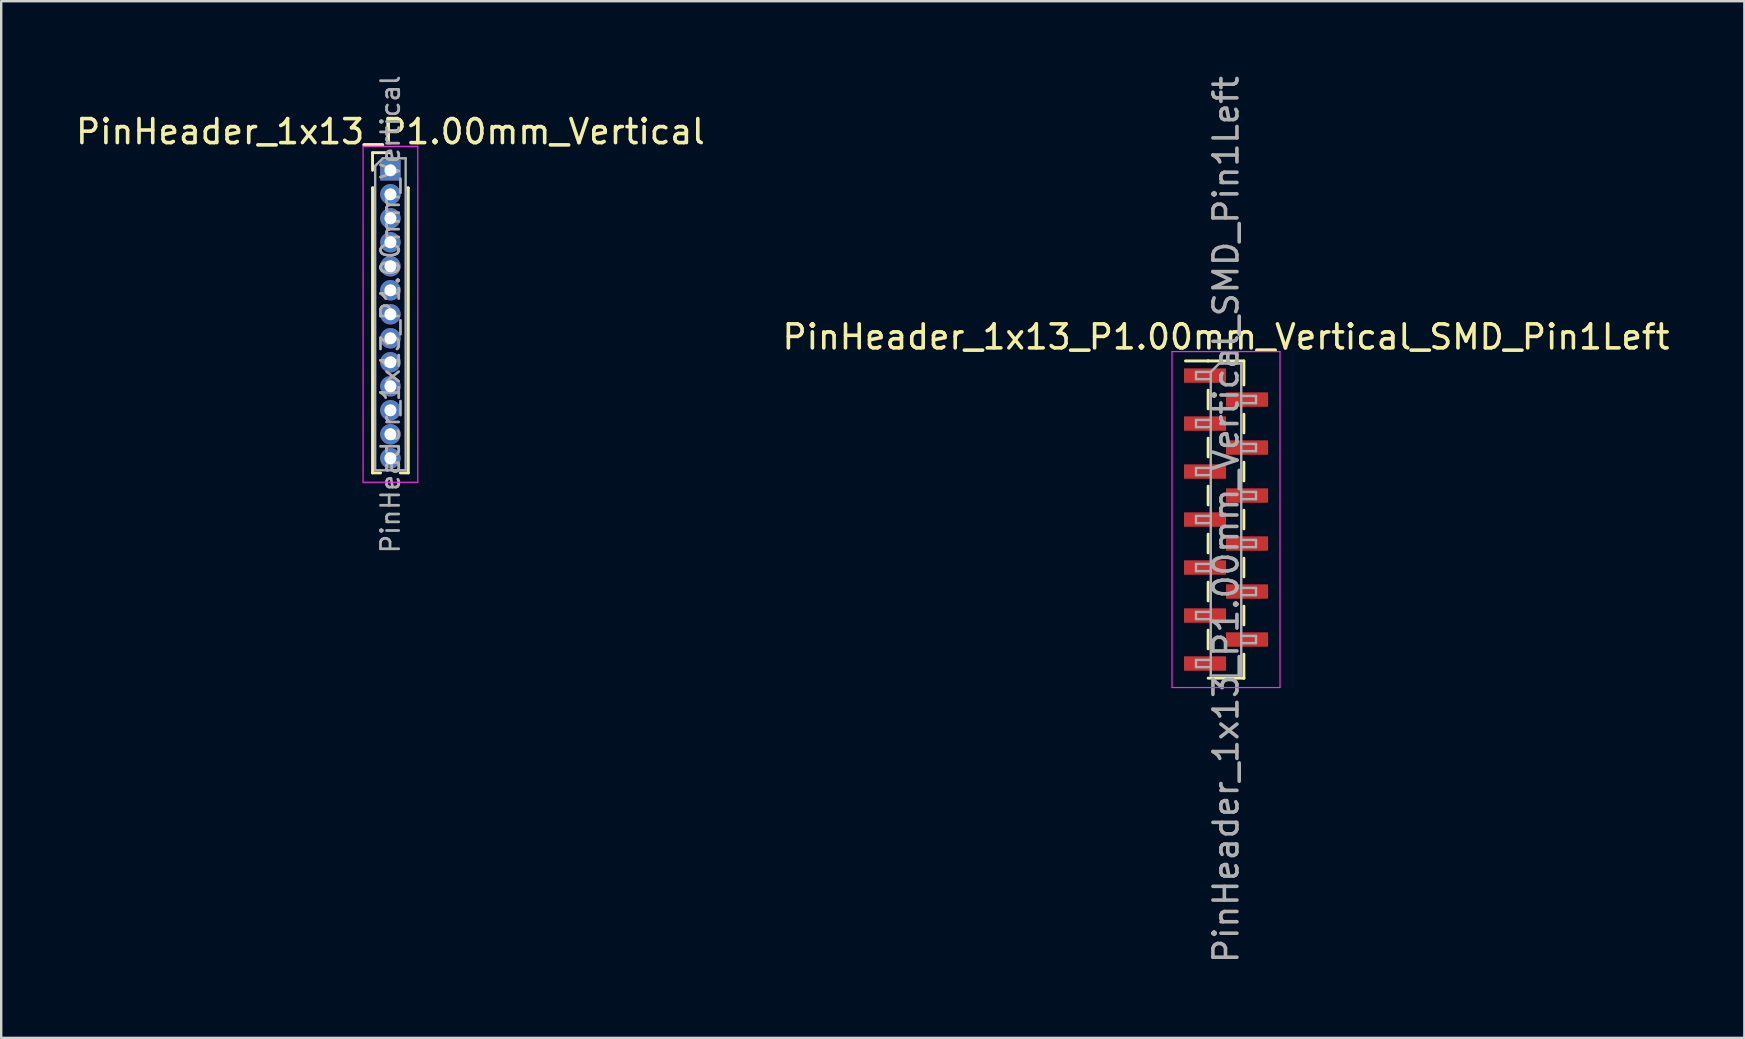
<source format=kicad_pcb>
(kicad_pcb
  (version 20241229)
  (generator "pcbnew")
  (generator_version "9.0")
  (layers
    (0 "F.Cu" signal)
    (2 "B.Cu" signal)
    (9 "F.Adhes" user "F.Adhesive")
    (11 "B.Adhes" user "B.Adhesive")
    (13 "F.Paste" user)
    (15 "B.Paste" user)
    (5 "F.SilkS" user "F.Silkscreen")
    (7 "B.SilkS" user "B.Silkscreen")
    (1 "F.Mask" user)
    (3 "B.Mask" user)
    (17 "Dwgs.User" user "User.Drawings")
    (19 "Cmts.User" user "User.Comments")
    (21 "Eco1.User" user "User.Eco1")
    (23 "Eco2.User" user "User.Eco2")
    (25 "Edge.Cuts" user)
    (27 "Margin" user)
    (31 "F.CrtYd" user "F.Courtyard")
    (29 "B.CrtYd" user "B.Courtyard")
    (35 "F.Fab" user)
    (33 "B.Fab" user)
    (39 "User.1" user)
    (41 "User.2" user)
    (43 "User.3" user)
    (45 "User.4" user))
  (footprint "PinHeader_1x13_P1.00mm_Vertical_SMD_Pin1Left"
    (layer "F.Cu")
    (at 48.042 18.601)
    (property "Reference" "PinHeader_1x13_P1.00mm_Vertical_SMD_Pin1Left" (at 0 -7.61 0) (layer "F.SilkS") (effects (font (size 1 1) (thickness 0.15))))
    (attr smd)
    (fp_line (start -0.745 -6.61) (end -1.69 -6.61) (stroke (width 0.12) (type solid)) (layer "F.SilkS"))
    (fp_line (start -0.745 -6.61) (end -0.745 -6.61) (stroke (width 0.12) (type solid)) (layer "F.SilkS"))
    (fp_line (start -0.745 -6.61) (end 0.745 -6.61) (stroke (width 0.12) (type solid)) (layer "F.SilkS"))
    (fp_line (start -0.745 -5.39) (end -0.745 -4.61) (stroke (width 0.12) (type solid)) (layer "F.SilkS"))
    (fp_line (start -0.745 -3.39) (end -0.745 -2.61) (stroke (width 0.12) (type solid)) (layer "F.SilkS"))
    (fp_line (start -0.745 -1.39) (end -0.745 -0.61) (stroke (width 0.12) (type solid)) (layer "F.SilkS"))
    (fp_line (start -0.745 0.61) (end -0.745 1.39) (stroke (width 0.12) (type solid)) (layer "F.SilkS"))
    (fp_line (start -0.745 2.61) (end -0.745 3.39) (stroke (width 0.12) (type solid)) (layer "F.SilkS"))
    (fp_line (start -0.745 4.61) (end -0.745 5.39) (stroke (width 0.12) (type solid)) (layer "F.SilkS"))
    (fp_line (start -0.745 6.61) (end 0.745 6.61) (stroke (width 0.12) (type solid)) (layer "F.SilkS"))
    (fp_line (start 0.745 -6.61) (end 0.745 -5.61) (stroke (width 0.12) (type solid)) (layer "F.SilkS"))
    (fp_line (start 0.745 -4.39) (end 0.745 -3.61) (stroke (width 0.12) (type solid)) (layer "F.SilkS"))
    (fp_line (start 0.745 -2.39) (end 0.745 -1.61) (stroke (width 0.12) (type solid)) (layer "F.SilkS"))
    (fp_line (start 0.745 -0.39) (end 0.745 0.39) (stroke (width 0.12) (type solid)) (layer "F.SilkS"))
    (fp_line (start 0.745 1.61) (end 0.745 2.39) (stroke (width 0.12) (type solid)) (layer "F.SilkS"))
    (fp_line (start 0.745 3.61) (end 0.745 4.39) (stroke (width 0.12) (type solid)) (layer "F.SilkS"))
    (fp_line (start 0.745 5.61) (end 0.745 6.61) (stroke (width 0.12) (type solid)) (layer "F.SilkS"))
    (fp_line (start 0.745 6.61) (end 0.745 6.61) (stroke (width 0.12) (type solid)) (layer "F.SilkS"))
    (fp_line (start -2.25 -7) (end -2.25 7) (stroke (width 0.05) (type solid)) (layer "F.CrtYd"))
    (fp_line (start -2.25 7) (end 2.25 7) (stroke (width 0.05) (type solid)) (layer "F.CrtYd"))
    (fp_line (start 2.25 -7) (end -2.25 -7) (stroke (width 0.05) (type solid)) (layer "F.CrtYd"))
    (fp_line (start 2.25 7) (end 2.25 -7) (stroke (width 0.05) (type solid)) (layer "F.CrtYd"))
    (fp_line (start -1.25 -6.15) (end -1.25 -5.85) (stroke (width 0.1) (type solid)) (layer "F.Fab"))
    (fp_line (start -1.25 -5.85) (end -0.635 -5.85) (stroke (width 0.1) (type solid)) (layer "F.Fab"))
    (fp_line (start -1.25 -4.15) (end -1.25 -3.85) (stroke (width 0.1) (type solid)) (layer "F.Fab"))
    (fp_line (start -1.25 -3.85) (end -0.635 -3.85) (stroke (width 0.1) (type solid)) (layer "F.Fab"))
    (fp_line (start -1.25 -2.15) (end -1.25 -1.85) (stroke (width 0.1) (type solid)) (layer "F.Fab"))
    (fp_line (start -1.25 -1.85) (end -0.635 -1.85) (stroke (width 0.1) (type solid)) (layer "F.Fab"))
    (fp_line (start -1.25 -0.15) (end -1.25 0.15) (stroke (width 0.1) (type solid)) (layer "F.Fab"))
    (fp_line (start -1.25 0.15) (end -0.635 0.15) (stroke (width 0.1) (type solid)) (layer "F.Fab"))
    (fp_line (start -1.25 1.85) (end -1.25 2.15) (stroke (width 0.1) (type solid)) (layer "F.Fab"))
    (fp_line (start -1.25 2.15) (end -0.635 2.15) (stroke (width 0.1) (type solid)) (layer "F.Fab"))
    (fp_line (start -1.25 3.85) (end -1.25 4.15) (stroke (width 0.1) (type solid)) (layer "F.Fab"))
    (fp_line (start -1.25 4.15) (end -0.635 4.15) (stroke (width 0.1) (type solid)) (layer "F.Fab"))
    (fp_line (start -1.25 5.85) (end -1.25 6.15) (stroke (width 0.1) (type solid)) (layer "F.Fab"))
    (fp_line (start -1.25 6.15) (end -0.635 6.15) (stroke (width 0.1) (type solid)) (layer "F.Fab"))
    (fp_line (start -0.635 -6.15) (end -1.25 -6.15) (stroke (width 0.1) (type solid)) (layer "F.Fab"))
    (fp_line (start -0.635 -6.15) (end -0.285 -6.5) (stroke (width 0.1) (type solid)) (layer "F.Fab"))
    (fp_line (start -0.635 -4.15) (end -1.25 -4.15) (stroke (width 0.1) (type solid)) (layer "F.Fab"))
    (fp_line (start -0.635 -2.15) (end -1.25 -2.15) (stroke (width 0.1) (type solid)) (layer "F.Fab"))
    (fp_line (start -0.635 -0.15) (end -1.25 -0.15) (stroke (width 0.1) (type solid)) (layer "F.Fab"))
    (fp_line (start -0.635 1.85) (end -1.25 1.85) (stroke (width 0.1) (type solid)) (layer "F.Fab"))
    (fp_line (start -0.635 3.85) (end -1.25 3.85) (stroke (width 0.1) (type solid)) (layer "F.Fab"))
    (fp_line (start -0.635 5.85) (end -1.25 5.85) (stroke (width 0.1) (type solid)) (layer "F.Fab"))
    (fp_line (start -0.635 6.5) (end -0.635 -6.15) (stroke (width 0.1) (type solid)) (layer "F.Fab"))
    (fp_line (start -0.285 -6.5) (end 0.635 -6.5) (stroke (width 0.1) (type solid)) (layer "F.Fab"))
    (fp_line (start 0.635 -6.5) (end 0.635 6.5) (stroke (width 0.1) (type solid)) (layer "F.Fab"))
    (fp_line (start 0.635 -5.15) (end 1.25 -5.15) (stroke (width 0.1) (type solid)) (layer "F.Fab"))
    (fp_line (start 0.635 -3.15) (end 1.25 -3.15) (stroke (width 0.1) (type solid)) (layer "F.Fab"))
    (fp_line (start 0.635 -1.15) (end 1.25 -1.15) (stroke (width 0.1) (type solid)) (layer "F.Fab"))
    (fp_line (start 0.635 0.85) (end 1.25 0.85) (stroke (width 0.1) (type solid)) (layer "F.Fab"))
    (fp_line (start 0.635 2.85) (end 1.25 2.85) (stroke (width 0.1) (type solid)) (layer "F.Fab"))
    (fp_line (start 0.635 4.85) (end 1.25 4.85) (stroke (width 0.1) (type solid)) (layer "F.Fab"))
    (fp_line (start 0.635 6.5) (end -0.635 6.5) (stroke (width 0.1) (type solid)) (layer "F.Fab"))
    (fp_line (start 1.25 -5.15) (end 1.25 -4.85) (stroke (width 0.1) (type solid)) (layer "F.Fab"))
    (fp_line (start 1.25 -4.85) (end 0.635 -4.85) (stroke (width 0.1) (type solid)) (layer "F.Fab"))
    (fp_line (start 1.25 -3.15) (end 1.25 -2.85) (stroke (width 0.1) (type solid)) (layer "F.Fab"))
    (fp_line (start 1.25 -2.85) (end 0.635 -2.85) (stroke (width 0.1) (type solid)) (layer "F.Fab"))
    (fp_line (start 1.25 -1.15) (end 1.25 -0.85) (stroke (width 0.1) (type solid)) (layer "F.Fab"))
    (fp_line (start 1.25 -0.85) (end 0.635 -0.85) (stroke (width 0.1) (type solid)) (layer "F.Fab"))
    (fp_line (start 1.25 0.85) (end 1.25 1.15) (stroke (width 0.1) (type solid)) (layer "F.Fab"))
    (fp_line (start 1.25 1.15) (end 0.635 1.15) (stroke (width 0.1) (type solid)) (layer "F.Fab"))
    (fp_line (start 1.25 2.85) (end 1.25 3.15) (stroke (width 0.1) (type solid)) (layer "F.Fab"))
    (fp_line (start 1.25 3.15) (end 0.635 3.15) (stroke (width 0.1) (type solid)) (layer "F.Fab"))
    (fp_line (start 1.25 4.85) (end 1.25 5.15) (stroke (width 0.1) (type solid)) (layer "F.Fab"))
    (fp_line (start 1.25 5.15) (end 0.635 5.15) (stroke (width 0.1) (type solid)) (layer "F.Fab"))
    (fp_text user "${REFERENCE}" (at 0 0 90) (layer "F.Fab") (effects (font (size 1 1) (thickness 0.15))))
    (pad "1" smd rect (at -0.875 -6) (size 1.75 0.6) (layers "F.Cu" "F.Mask" "F.Paste"))
    (pad "2" smd rect (at 0.875 -5) (size 1.75 0.6) (layers "F.Cu" "F.Mask" "F.Paste"))
    (pad "3" smd rect (at -0.875 -4) (size 1.75 0.6) (layers "F.Cu" "F.Mask" "F.Paste"))
    (pad "4" smd rect (at 0.875 -3) (size 1.75 0.6) (layers "F.Cu" "F.Mask" "F.Paste"))
    (pad "5" smd rect (at -0.875 -2) (size 1.75 0.6) (layers "F.Cu" "F.Mask" "F.Paste"))
    (pad "6" smd rect (at 0.875 -1) (size 1.75 0.6) (layers "F.Cu" "F.Mask" "F.Paste"))
    (pad "7" smd rect (at -0.875 0) (size 1.75 0.6) (layers "F.Cu" "F.Mask" "F.Paste"))
    (pad "8" smd rect (at 0.875 1) (size 1.75 0.6) (layers "F.Cu" "F.Mask" "F.Paste"))
    (pad "9" smd rect (at -0.875 2) (size 1.75 0.6) (layers "F.Cu" "F.Mask" "F.Paste"))
    (pad "10" smd rect (at 0.875 3) (size 1.75 0.6) (layers "F.Cu" "F.Mask" "F.Paste"))
    (pad "11" smd rect (at -0.875 4) (size 1.75 0.6) (layers "F.Cu" "F.Mask" "F.Paste"))
    (pad "12" smd rect (at 0.875 5) (size 1.75 0.6) (layers "F.Cu" "F.Mask" "F.Paste"))
    (pad "13" smd rect (at -0.875 6) (size 1.75 0.6) (layers "F.Cu" "F.Mask" "F.Paste")))
  (footprint "PinHeader_1x13_P1.00mm_Vertical"
    (layer "F.Cu")
    (at 13.22 4.047)
    (property "Reference" "PinHeader_1x13_P1.00mm_Vertical" (at 0 -1.61 0) (layer "F.SilkS") (effects (font (size 1 1) (thickness 0.15))))
    (attr through_hole)
    (fp_line (start -0.745 -0.735) (end 0 -0.735) (stroke (width 0.12) (type solid)) (layer "F.SilkS"))
    (fp_line (start -0.745 0) (end -0.745 -0.735) (stroke (width 0.12) (type solid)) (layer "F.SilkS"))
    (fp_line (start -0.745 0.735) (end -0.745 12.61) (stroke (width 0.12) (type solid)) (layer "F.SilkS"))
    (fp_line (start -0.745 0.735) (end -0.686 0.735) (stroke (width 0.12) (type solid)) (layer "F.SilkS"))
    (fp_line (start -0.745 12.61) (end -0.41 12.61) (stroke (width 0.12) (type solid)) (layer "F.SilkS"))
    (fp_line (start 0.41 12.61) (end 0.745 12.61) (stroke (width 0.12) (type solid)) (layer "F.SilkS"))
    (fp_line (start 0.686 0.735) (end 0.745 0.735) (stroke (width 0.12) (type solid)) (layer "F.SilkS"))
    (fp_line (start 0.745 0.735) (end 0.745 12.61) (stroke (width 0.12) (type solid)) (layer "F.SilkS"))
    (fp_line (start -1.14 -1) (end -1.14 13) (stroke (width 0.05) (type solid)) (layer "F.CrtYd"))
    (fp_line (start -1.14 13) (end 1.14 13) (stroke (width 0.05) (type solid)) (layer "F.CrtYd"))
    (fp_line (start 1.14 -1) (end -1.14 -1) (stroke (width 0.05) (type solid)) (layer "F.CrtYd"))
    (fp_line (start 1.14 13) (end 1.14 -1) (stroke (width 0.05) (type solid)) (layer "F.CrtYd"))
    (fp_line (start -0.635 -0.182) (end -0.318 -0.5) (stroke (width 0.1) (type solid)) (layer "F.Fab"))
    (fp_line (start -0.635 12.5) (end -0.635 -0.182) (stroke (width 0.1) (type solid)) (layer "F.Fab"))
    (fp_line (start -0.318 -0.5) (end 0.635 -0.5) (stroke (width 0.1) (type solid)) (layer "F.Fab"))
    (fp_line (start 0.635 -0.5) (end 0.635 12.5) (stroke (width 0.1) (type solid)) (layer "F.Fab"))
    (fp_line (start 0.635 12.5) (end -0.635 12.5) (stroke (width 0.1) (type solid)) (layer "F.Fab"))
    (fp_text user "${REFERENCE}" (at 0 6 90) (layer "F.Fab") (effects (font (size 0.76 0.76) (thickness 0.114))))
    (pad "1" thru_hole rect (at 0 0) (size 0.85 0.85) (drill 0.5) (layers "*.Cu" "*.Mask"))
    (pad "2" thru_hole circle (at 0 1) (size 0.85 0.85) (drill 0.5) (layers "*.Cu" "*.Mask"))
    (pad "3" thru_hole circle (at 0 2) (size 0.85 0.85) (drill 0.5) (layers "*.Cu" "*.Mask"))
    (pad "4" thru_hole circle (at 0 3) (size 0.85 0.85) (drill 0.5) (layers "*.Cu" "*.Mask"))
    (pad "5" thru_hole circle (at 0 4) (size 0.85 0.85) (drill 0.5) (layers "*.Cu" "*.Mask"))
    (pad "6" thru_hole circle (at 0 5) (size 0.85 0.85) (drill 0.5) (layers "*.Cu" "*.Mask"))
    (pad "7" thru_hole circle (at 0 6) (size 0.85 0.85) (drill 0.5) (layers "*.Cu" "*.Mask"))
    (pad "8" thru_hole circle (at 0 7) (size 0.85 0.85) (drill 0.5) (layers "*.Cu" "*.Mask"))
    (pad "9" thru_hole circle (at 0 8) (size 0.85 0.85) (drill 0.5) (layers "*.Cu" "*.Mask"))
    (pad "10" thru_hole circle (at 0 9) (size 0.85 0.85) (drill 0.5) (layers "*.Cu" "*.Mask"))
    (pad "11" thru_hole circle (at 0 10) (size 0.85 0.85) (drill 0.5) (layers "*.Cu" "*.Mask"))
    (pad "12" thru_hole circle (at 0 11) (size 0.85 0.85) (drill 0.5) (layers "*.Cu" "*.Mask"))
    (pad "13" thru_hole circle (at 0 12) (size 0.85 0.85) (drill 0.5) (layers "*.Cu" "*.Mask")))
  (gr_rect
    (start -3 -3)
    (end 69.643 40.202)
    (stroke (width 0.1) (type default))
    (fill no)
    (layer "Edge.Cuts")))
</source>
